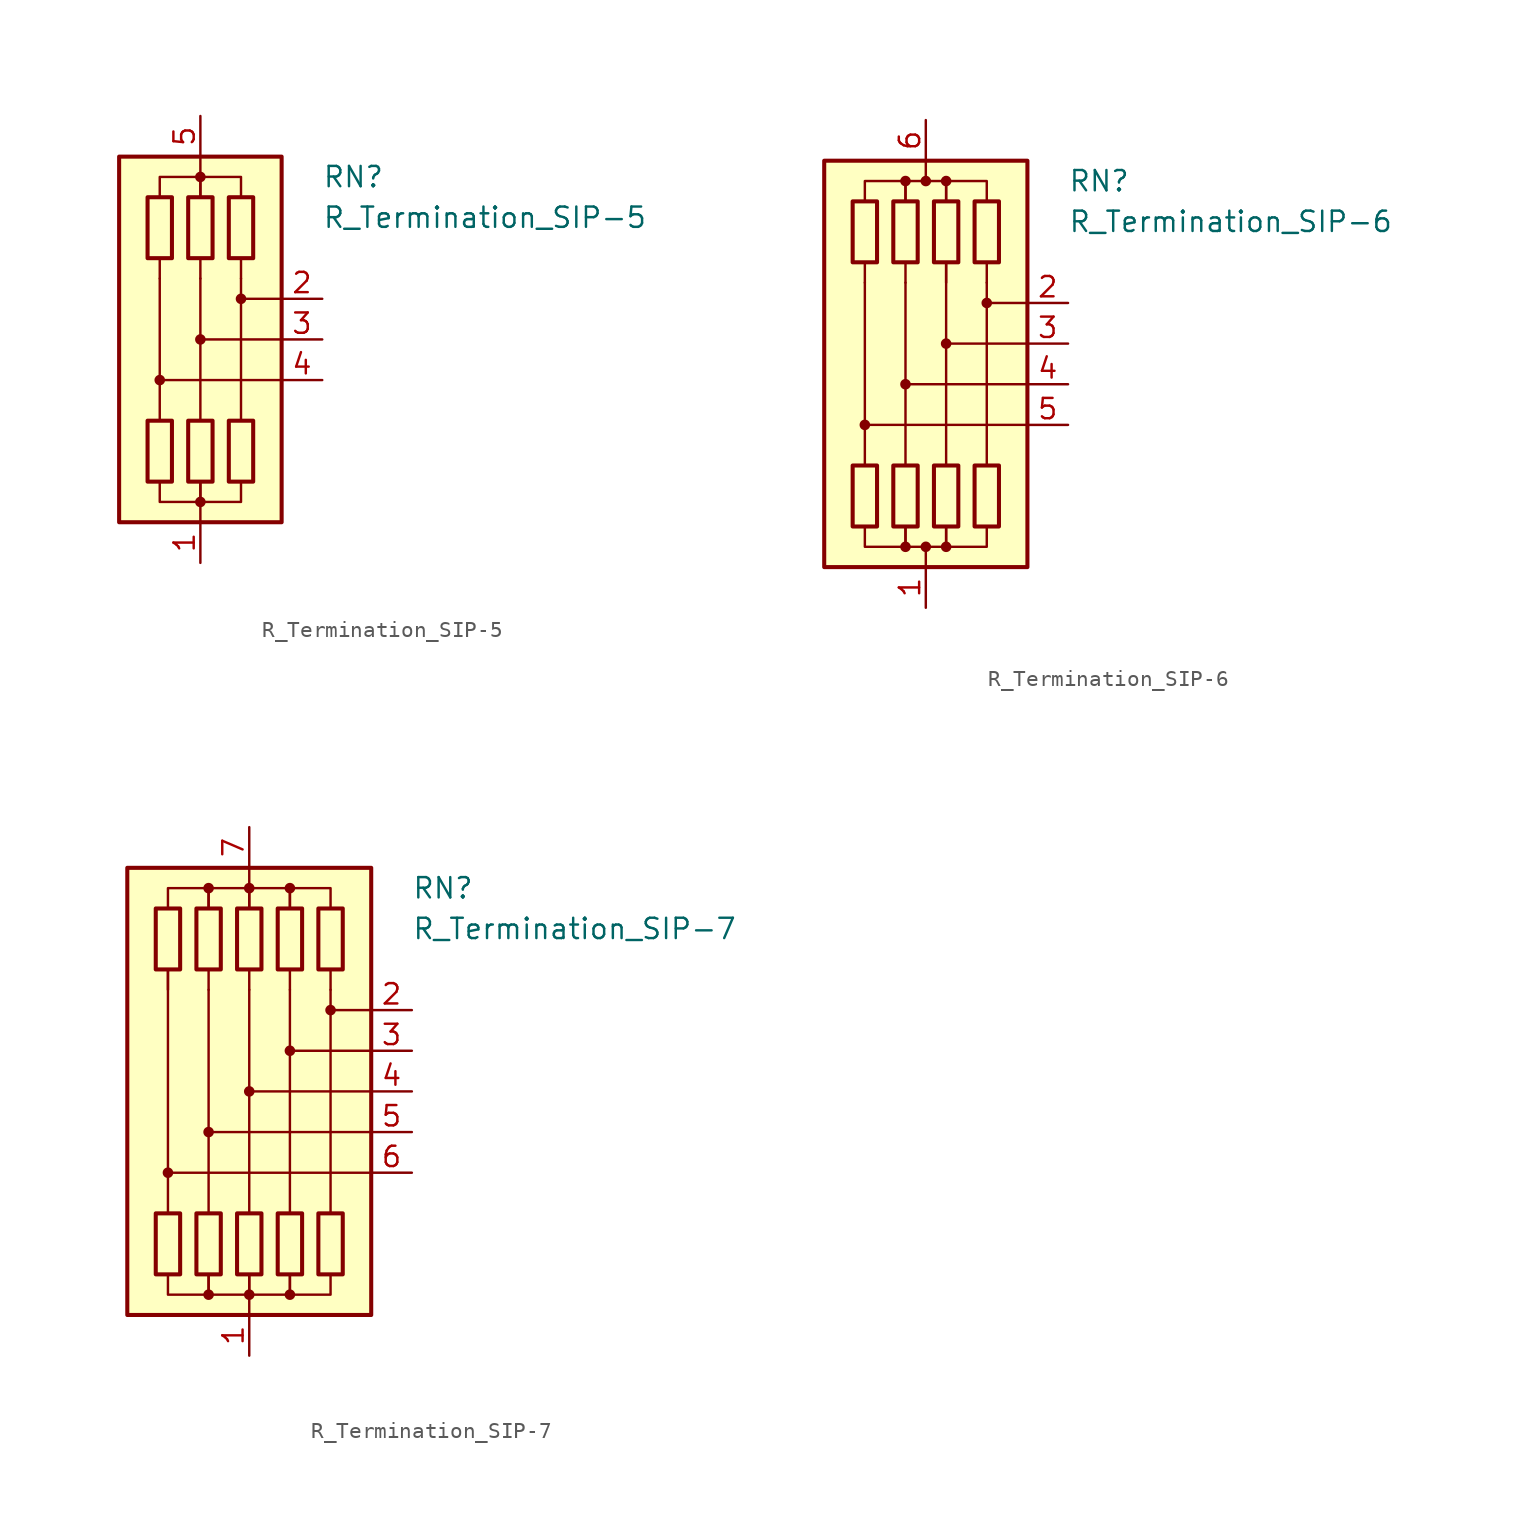
<source format=kicad_sym>
(kicad_symbol_lib
  (version 20220914)
  (generator kicad_symbol_editor)
  (symbol "R_Termination_SIP-5"
    (pin_names
      (offset 0.002) hide)
    (property "Reference" "RN"
      (at 7.62 10.16 0)
      (effects (font (size 1.27 1.27)) (justify left)))
    (property "Value" "R_Termination_SIP-5"
      (at 7.62 7.62 0)
      (effects (font (size 1.27 1.27)) (justify left)))
    (symbol "R_Termination_SIP-5_0_1"
      (rectangle (start -5.08 11.43) (end 5.08 -11.43) (stroke (width 0.254) (type default)) (fill (type background)))
      (rectangle (start -3.302 8.89) (end -1.778 5.08) (stroke (width 0.254) (type default)) (fill (type none)))
      (circle (center -2.54 -2.54) (radius 0.254) (stroke (width 0) (type default)) (fill (type outline)))
      (rectangle (start -1.778 -8.89) (end -3.302 -5.08) (stroke (width 0.254) (type default)) (fill (type none)))
      (rectangle (start -0.762 8.89) (end 0.762 5.08) (stroke (width 0.254) (type default)) (fill (type none)))
      (circle (center 0 -10.16) (radius 0.254) (stroke (width 0) (type default)) (fill (type outline)))
      (polyline (pts (xy -2.54 3.81) (xy -2.54 -5.08)) (stroke (width 0.152) (type default)) (fill (type none)))
      (polyline (pts (xy -2.54 5.08) (xy -2.54 3.81)) (stroke (width 0) (type default)) (fill (type none)))
      (polyline (pts (xy 0 -11.43) (xy 0 -10.16)) (stroke (width 0) (type default)) (fill (type none)))
      (polyline (pts (xy 0 3.81) (xy 0 -5.08)) (stroke (width 0.152) (type default)) (fill (type none)))
      (polyline (pts (xy 0 5.08) (xy 0 3.81)) (stroke (width 0) (type default)) (fill (type none)))
      (polyline (pts (xy 0 11.43) (xy 0 10.16)) (stroke (width 0) (type default)) (fill (type none)))
      (polyline (pts (xy 2.54 3.81) (xy 2.54 -5.08)) (stroke (width 0.152) (type default)) (fill (type none)))
      (polyline (pts (xy 2.54 5.08) (xy 2.54 3.81)) (stroke (width 0) (type default)) (fill (type none)))
      (polyline (pts (xy 5.08 -2.54) (xy -2.54 -2.54)) (stroke (width 0.152) (type default)) (fill (type none)))
      (polyline (pts (xy 5.08 0) (xy 0 0)) (stroke (width 0.152) (type default)) (fill (type none)))
      (polyline (pts (xy 5.08 2.54) (xy 2.54 2.54)) (stroke (width 0.152) (type default)) (fill (type none)))
      (polyline (pts (xy -2.54 8.89) (xy -2.54 10.16) (xy 0 10.16) (xy 0 8.89)) (stroke (width 0) (type default)) (fill (type none)))
      (polyline (pts (xy 0 -8.89) (xy 0 -10.16) (xy -2.54 -10.16) (xy -2.54 -8.89)) (stroke (width 0) (type default)) (fill (type none)))
      (polyline (pts (xy 0 8.89) (xy 0 10.16) (xy 2.54 10.16) (xy 2.54 8.89)) (stroke (width 0) (type default)) (fill (type none)))
      (polyline (pts (xy 2.54 -8.89) (xy 2.54 -10.16) (xy 0 -10.16) (xy 0 -8.89)) (stroke (width 0) (type default)) (fill (type none)))
      (circle (center 0 0) (radius 0.254) (stroke (width 0) (type default)) (fill (type outline)))
      (circle (center 0 10.16) (radius 0.254) (stroke (width 0) (type default)) (fill (type outline)))
      (rectangle (start 0.762 -8.89) (end -0.762 -5.08) (stroke (width 0.254) (type default)) (fill (type none)))
      (rectangle (start 1.778 8.89) (end 3.302 5.08) (stroke (width 0.254) (type default)) (fill (type none)))
      (circle (center 2.54 2.54) (radius 0.254) (stroke (width 0) (type default)) (fill (type outline)))
      (rectangle (start 3.302 -8.89) (end 1.778 -5.08) (stroke (width 0.254) (type default)) (fill (type none))))
    (symbol "R_Termination_SIP-5_1_1"
      (pin passive line (at 0 -13.97 90) (length 2.54) (name "common" (effects (font (size 1.27 1.27)))) (number "1" (effects (font (size 1.27 1.27)))))
      (pin passive line (at 7.62 2.54 180) (length 2.54) (name "R2" (effects (font (size 1.27 1.27)))) (number "2" (effects (font (size 1.27 1.27)))))
      (pin passive line (at 7.62 0 180) (length 2.54) (name "R3" (effects (font (size 1.27 1.27)))) (number "3" (effects (font (size 1.27 1.27)))))
      (pin passive line (at 7.62 -2.54 180) (length 2.54) (name "R4" (effects (font (size 1.27 1.27)))) (number "4" (effects (font (size 1.27 1.27)))))
      (pin passive line (at 0 13.97 270) (length 2.54) (name "common" (effects (font (size 1.27 1.27)))) (number "5" (effects (font (size 1.27 1.27)))))))
  (symbol "R_Termination_SIP-6"
    (pin_names
      (offset 0.002) hide)
    (property "Reference" "RN"
      (at 8.89 11.43 0)
      (effects (font (size 1.27 1.27)) (justify left)))
    (property "Value" "R_Termination_SIP-6"
      (at 8.89 8.89 0)
      (effects (font (size 1.27 1.27)) (justify left)))
    (symbol "R_Termination_SIP-6_0_1"
      (rectangle (start -6.35 12.7) (end 6.35 -12.7) (stroke (width 0.254) (type default)) (fill (type background)))
      (rectangle (start -4.572 10.16) (end -3.048 6.35) (stroke (width 0.254) (type default)) (fill (type none)))
      (circle (center -3.81 -3.81) (radius 0.254) (stroke (width 0) (type default)) (fill (type outline)))
      (rectangle (start -3.048 -10.16) (end -4.572 -6.35) (stroke (width 0.254) (type default)) (fill (type none)))
      (rectangle (start -2.032 10.16) (end -0.508 6.35) (stroke (width 0.254) (type default)) (fill (type none)))
      (circle (center -1.27 -11.43) (radius 0.254) (stroke (width 0) (type default)) (fill (type outline)))
      (circle (center -1.27 -1.27) (radius 0.254) (stroke (width 0) (type default)) (fill (type outline)))
      (circle (center -1.27 11.43) (radius 0.254) (stroke (width 0) (type default)) (fill (type outline)))
      (rectangle (start -0.508 -10.16) (end -2.032 -6.35) (stroke (width 0.254) (type default)) (fill (type none)))
      (circle (center 0 -11.43) (radius 0.254) (stroke (width 0) (type default)) (fill (type outline)))
      (polyline (pts (xy -3.81 5.08) (xy -3.81 -6.35)) (stroke (width 0.152) (type default)) (fill (type none)))
      (polyline (pts (xy -3.81 6.35) (xy -3.81 5.08)) (stroke (width 0) (type default)) (fill (type none)))
      (polyline (pts (xy -1.27 5.08) (xy -1.27 -6.35)) (stroke (width 0.152) (type default)) (fill (type none)))
      (polyline (pts (xy -1.27 6.35) (xy -1.27 5.08)) (stroke (width 0) (type default)) (fill (type none)))
      (polyline (pts (xy 0 -12.7) (xy 0 -11.43)) (stroke (width 0) (type default)) (fill (type none)))
      (polyline (pts (xy 0 12.7) (xy 0 11.43)) (stroke (width 0) (type default)) (fill (type none)))
      (polyline (pts (xy 1.27 6.35) (xy 1.27 -6.35)) (stroke (width 0.152) (type default)) (fill (type none)))
      (polyline (pts (xy 1.27 6.35) (xy 1.27 5.08)) (stroke (width 0) (type default)) (fill (type none)))
      (polyline (pts (xy 3.81 5.08) (xy 3.81 -6.35)) (stroke (width 0.152) (type default)) (fill (type none)))
      (polyline (pts (xy 3.81 6.35) (xy 3.81 5.08)) (stroke (width 0) (type default)) (fill (type none)))
      (polyline (pts (xy 6.35 -3.81) (xy -3.81 -3.81)) (stroke (width 0.152) (type default)) (fill (type none)))
      (polyline (pts (xy 6.35 -1.27) (xy -1.27 -1.27)) (stroke (width 0.152) (type default)) (fill (type none)))
      (polyline (pts (xy 6.35 1.27) (xy 1.27 1.27)) (stroke (width 0.152) (type default)) (fill (type none)))
      (polyline (pts (xy 6.35 3.81) (xy 3.81 3.81)) (stroke (width 0.152) (type default)) (fill (type none)))
      (polyline (pts (xy -3.81 10.16) (xy -3.81 11.43) (xy -1.27 11.43) (xy -1.27 10.16)) (stroke (width 0) (type default)) (fill (type none)))
      (polyline (pts (xy -1.27 -10.16) (xy -1.27 -11.43) (xy -3.81 -11.43) (xy -3.81 -10.16)) (stroke (width 0) (type default)) (fill (type none)))
      (polyline (pts (xy -1.27 10.16) (xy -1.27 11.43) (xy 1.27 11.43) (xy 1.27 10.16)) (stroke (width 0) (type default)) (fill (type none)))
      (polyline (pts (xy 1.27 -10.16) (xy 1.27 -11.43) (xy -1.27 -11.43) (xy -1.27 -10.16)) (stroke (width 0) (type default)) (fill (type none)))
      (polyline (pts (xy 1.27 10.16) (xy 1.27 11.43) (xy 3.81 11.43) (xy 3.81 10.16)) (stroke (width 0) (type default)) (fill (type none)))
      (polyline (pts (xy 3.81 -10.16) (xy 3.81 -11.43) (xy 1.27 -11.43) (xy 1.27 -10.16)) (stroke (width 0) (type default)) (fill (type none)))
      (circle (center 0 11.43) (radius 0.254) (stroke (width 0) (type default)) (fill (type outline)))
      (rectangle (start 0.508 10.16) (end 2.032 6.35) (stroke (width 0.254) (type default)) (fill (type none)))
      (circle (center 1.27 -11.43) (radius 0.254) (stroke (width 0) (type default)) (fill (type outline)))
      (circle (center 1.27 1.27) (radius 0.254) (stroke (width 0) (type default)) (fill (type outline)))
      (circle (center 1.27 11.43) (radius 0.254) (stroke (width 0) (type default)) (fill (type outline)))
      (rectangle (start 2.032 -10.16) (end 0.508 -6.35) (stroke (width 0.254) (type default)) (fill (type none)))
      (rectangle (start 3.048 10.16) (end 4.572 6.35) (stroke (width 0.254) (type default)) (fill (type none)))
      (circle (center 3.81 3.81) (radius 0.254) (stroke (width 0) (type default)) (fill (type outline)))
      (rectangle (start 4.572 -10.16) (end 3.048 -6.35) (stroke (width 0.254) (type default)) (fill (type none))))
    (symbol "R_Termination_SIP-6_1_1"
      (pin passive line (at 0 -15.24 90) (length 2.54) (name "common" (effects (font (size 1.27 1.27)))) (number "1" (effects (font (size 1.27 1.27)))))
      (pin passive line (at 8.89 3.81 180) (length 2.54) (name "R2" (effects (font (size 1.27 1.27)))) (number "2" (effects (font (size 1.27 1.27)))))
      (pin passive line (at 8.89 1.27 180) (length 2.54) (name "R3" (effects (font (size 1.27 1.27)))) (number "3" (effects (font (size 1.27 1.27)))))
      (pin passive line (at 8.89 -1.27 180) (length 2.54) (name "R4" (effects (font (size 1.27 1.27)))) (number "4" (effects (font (size 1.27 1.27)))))
      (pin passive line (at 8.89 -3.81 180) (length 2.54) (name "R5" (effects (font (size 1.27 1.27)))) (number "5" (effects (font (size 1.27 1.27)))))
      (pin passive line (at 0 15.24 270) (length 2.54) (name "common" (effects (font (size 1.27 1.27)))) (number "6" (effects (font (size 1.27 1.27)))))))
  (symbol "R_Termination_SIP-7"
    (pin_names
      (offset 0.002) hide)
    (property "Reference" "RN"
      (at 10.16 12.7 0)
      (effects (font (size 1.27 1.27)) (justify left)))
    (property "Value" "R_Termination_SIP-7"
      (at 10.16 10.16 0)
      (effects (font (size 1.27 1.27)) (justify left)))
    (symbol "R_Termination_SIP-7_0_1"
      (rectangle (start -7.62 13.97) (end 7.62 -13.97) (stroke (width 0.254) (type default)) (fill (type background)))
      (rectangle (start -5.842 11.43) (end -4.318 7.62) (stroke (width 0.254) (type default)) (fill (type none)))
      (circle (center -5.08 -5.08) (radius 0.254) (stroke (width 0) (type default)) (fill (type outline)))
      (rectangle (start -4.318 -11.43) (end -5.842 -7.62) (stroke (width 0.254) (type default)) (fill (type none)))
      (rectangle (start -3.302 11.43) (end -1.778 7.62) (stroke (width 0.254) (type default)) (fill (type none)))
      (circle (center -2.54 -12.7) (radius 0.254) (stroke (width 0) (type default)) (fill (type outline)))
      (circle (center -2.54 -2.54) (radius 0.254) (stroke (width 0) (type default)) (fill (type outline)))
      (circle (center -2.54 12.7) (radius 0.254) (stroke (width 0) (type default)) (fill (type outline)))
      (rectangle (start -1.778 -11.43) (end -3.302 -7.62) (stroke (width 0.254) (type default)) (fill (type none)))
      (rectangle (start -0.762 11.43) (end 0.762 7.62) (stroke (width 0.254) (type default)) (fill (type none)))
      (circle (center 0 -12.7) (radius 0.254) (stroke (width 0) (type default)) (fill (type outline)))
      (polyline (pts (xy -5.08 7.62) (xy -5.08 -7.62)) (stroke (width 0.152) (type default)) (fill (type none)))
      (polyline (pts (xy -5.08 7.62) (xy -5.08 6.35)) (stroke (width 0) (type default)) (fill (type none)))
      (polyline (pts (xy -2.54 6.35) (xy -2.54 -7.62)) (stroke (width 0.152) (type default)) (fill (type none)))
      (polyline (pts (xy -2.54 7.62) (xy -2.54 6.35)) (stroke (width 0) (type default)) (fill (type none)))
      (polyline (pts (xy 0 -13.97) (xy 0 -12.7)) (stroke (width 0) (type default)) (fill (type none)))
      (polyline (pts (xy 0 6.35) (xy 0 -7.62)) (stroke (width 0.152) (type default)) (fill (type none)))
      (polyline (pts (xy 0 7.62) (xy 0 6.35)) (stroke (width 0) (type default)) (fill (type none)))
      (polyline (pts (xy 0 13.97) (xy 0 12.7)) (stroke (width 0) (type default)) (fill (type none)))
      (polyline (pts (xy 2.54 6.35) (xy 2.54 -7.62)) (stroke (width 0.152) (type default)) (fill (type none)))
      (polyline (pts (xy 2.54 7.62) (xy 2.54 6.35)) (stroke (width 0) (type default)) (fill (type none)))
      (polyline (pts (xy 5.08 6.35) (xy 5.08 -7.62)) (stroke (width 0.152) (type default)) (fill (type none)))
      (polyline (pts (xy 5.08 7.62) (xy 5.08 6.35)) (stroke (width 0) (type default)) (fill (type none)))
      (polyline (pts (xy 7.62 -5.08) (xy -5.08 -5.08)) (stroke (width 0.152) (type default)) (fill (type none)))
      (polyline (pts (xy 7.62 -2.54) (xy -2.54 -2.54)) (stroke (width 0.152) (type default)) (fill (type none)))
      (polyline (pts (xy 7.62 0) (xy 0 0)) (stroke (width 0.152) (type default)) (fill (type none)))
      (polyline (pts (xy 7.62 2.54) (xy 2.54 2.54)) (stroke (width 0.152) (type default)) (fill (type none)))
      (polyline (pts (xy 7.62 5.08) (xy 5.08 5.08)) (stroke (width 0.152) (type default)) (fill (type none)))
      (polyline (pts (xy -5.08 11.43) (xy -5.08 12.7) (xy -2.54 12.7) (xy -2.54 11.43)) (stroke (width 0) (type default)) (fill (type none)))
      (polyline (pts (xy -2.54 -11.43) (xy -2.54 -12.7) (xy -5.08 -12.7) (xy -5.08 -11.43)) (stroke (width 0) (type default)) (fill (type none)))
      (polyline (pts (xy -2.54 11.43) (xy -2.54 12.7) (xy 0 12.7) (xy 0 11.43)) (stroke (width 0) (type default)) (fill (type none)))
      (polyline (pts (xy 0 -11.43) (xy 0 -12.7) (xy -2.54 -12.7) (xy -2.54 -11.43)) (stroke (width 0) (type default)) (fill (type none)))
      (polyline (pts (xy 0 11.43) (xy 0 12.7) (xy 2.54 12.7) (xy 2.54 11.43)) (stroke (width 0) (type default)) (fill (type none)))
      (polyline (pts (xy 2.54 -11.43) (xy 2.54 -12.7) (xy 0 -12.7) (xy 0 -11.43)) (stroke (width 0) (type default)) (fill (type none)))
      (polyline (pts (xy 2.54 11.43) (xy 2.54 12.7) (xy 5.08 12.7) (xy 5.08 11.43)) (stroke (width 0) (type default)) (fill (type none)))
      (polyline (pts (xy 5.08 -11.43) (xy 5.08 -12.7) (xy 2.54 -12.7) (xy 2.54 -11.43)) (stroke (width 0) (type default)) (fill (type none)))
      (circle (center 0 0) (radius 0.254) (stroke (width 0) (type default)) (fill (type outline)))
      (circle (center 0 12.7) (radius 0.254) (stroke (width 0) (type default)) (fill (type outline)))
      (rectangle (start 0.762 -11.43) (end -0.762 -7.62) (stroke (width 0.254) (type default)) (fill (type none)))
      (rectangle (start 1.778 11.43) (end 3.302 7.62) (stroke (width 0.254) (type default)) (fill (type none)))
      (circle (center 2.54 -12.7) (radius 0.254) (stroke (width 0) (type default)) (fill (type outline)))
      (circle (center 2.54 2.54) (radius 0.254) (stroke (width 0) (type default)) (fill (type outline)))
      (circle (center 2.54 12.7) (radius 0.254) (stroke (width 0) (type default)) (fill (type outline)))
      (rectangle (start 3.302 -11.43) (end 1.778 -7.62) (stroke (width 0.254) (type default)) (fill (type none)))
      (rectangle (start 4.318 11.43) (end 5.842 7.62) (stroke (width 0.254) (type default)) (fill (type none)))
      (circle (center 5.08 5.08) (radius 0.254) (stroke (width 0) (type default)) (fill (type outline)))
      (rectangle (start 5.842 -11.43) (end 4.318 -7.62) (stroke (width 0.254) (type default)) (fill (type none))))
    (symbol "R_Termination_SIP-7_1_1"
      (pin passive line (at 0 -16.51 90) (length 2.54) (name "common" (effects (font (size 1.27 1.27)))) (number "1" (effects (font (size 1.27 1.27)))))
      (pin passive line (at 10.16 5.08 180) (length 2.54) (name "R2" (effects (font (size 1.27 1.27)))) (number "2" (effects (font (size 1.27 1.27)))))
      (pin passive line (at 10.16 2.54 180) (length 2.54) (name "R3" (effects (font (size 1.27 1.27)))) (number "3" (effects (font (size 1.27 1.27)))))
      (pin passive line (at 10.16 0 180) (length 2.54) (name "R4" (effects (font (size 1.27 1.27)))) (number "4" (effects (font (size 1.27 1.27)))))
      (pin passive line (at 10.16 -2.54 180) (length 2.54) (name "R5" (effects (font (size 1.27 1.27)))) (number "5" (effects (font (size 1.27 1.27)))))
      (pin passive line (at 10.16 -5.08 180) (length 2.54) (name "R6" (effects (font (size 1.27 1.27)))) (number "6" (effects (font (size 1.27 1.27)))))
      (pin passive line (at 0 16.51 270) (length 2.54) (name "common" (effects (font (size 1.27 1.27)))) (number "7" (effects (font (size 1.27 1.27))))))))
</source>
